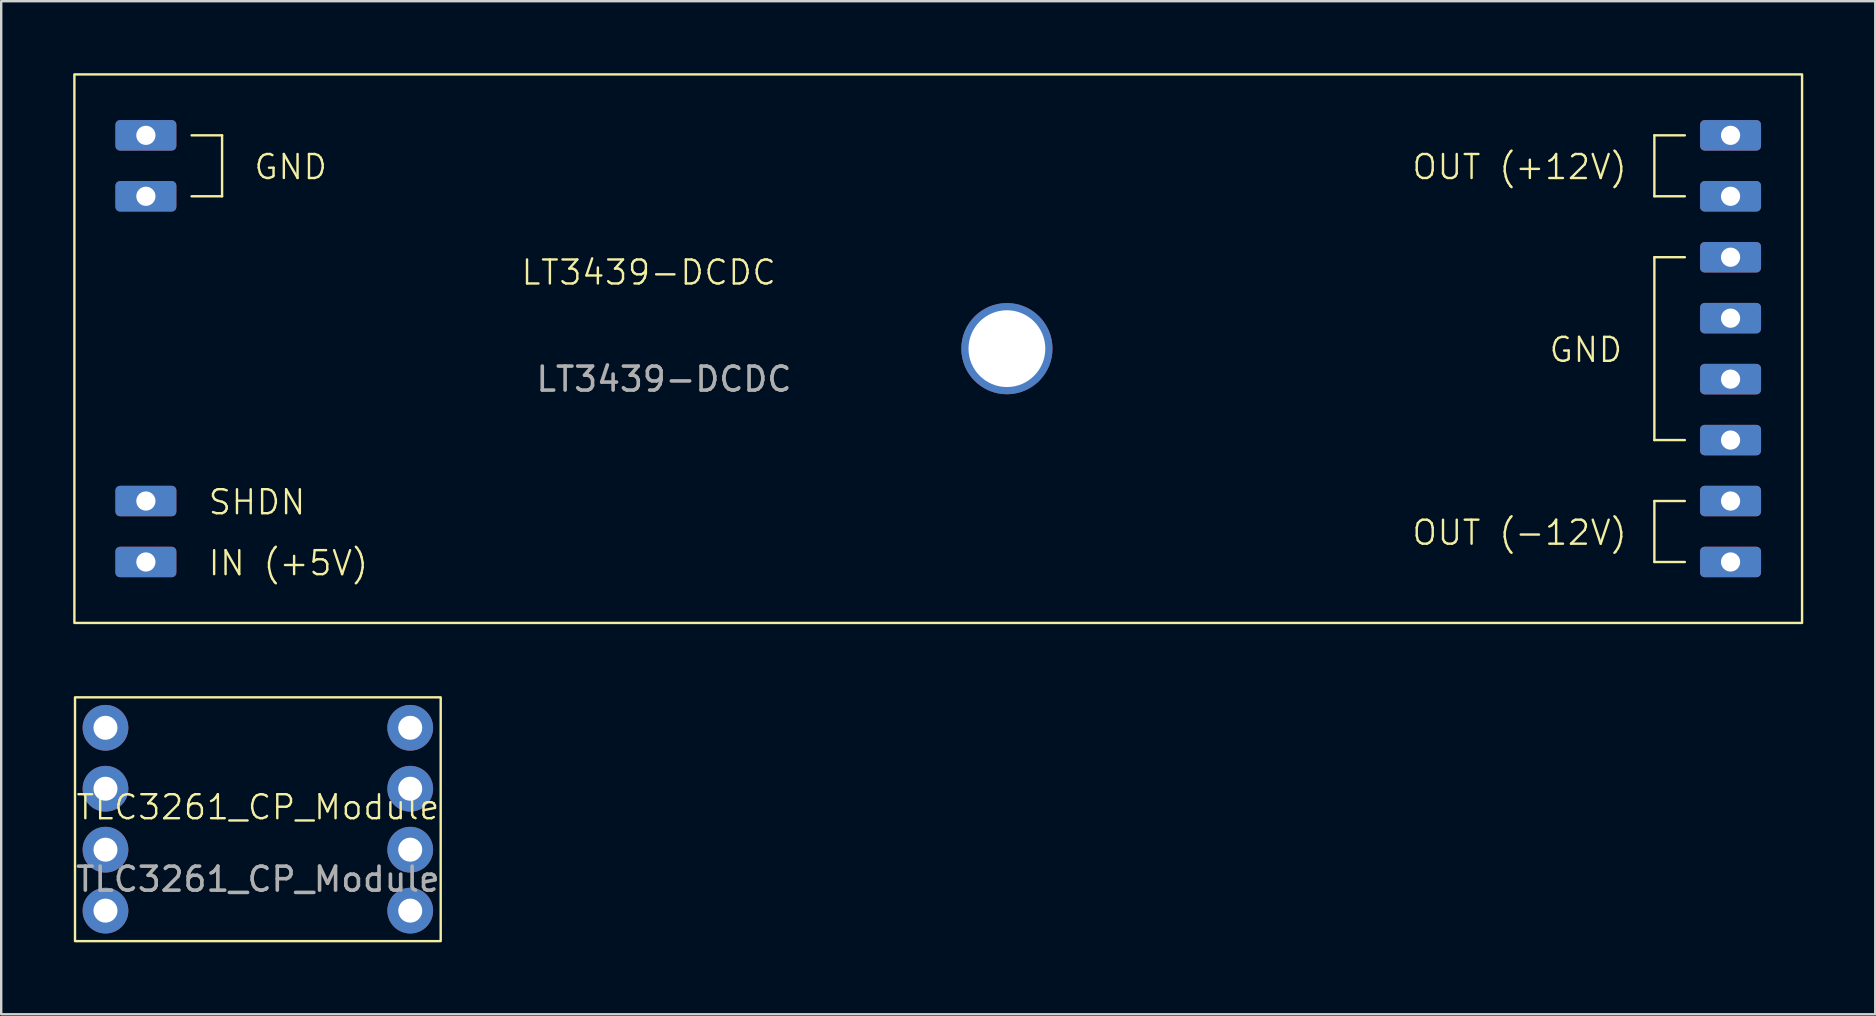
<source format=kicad_pcb>
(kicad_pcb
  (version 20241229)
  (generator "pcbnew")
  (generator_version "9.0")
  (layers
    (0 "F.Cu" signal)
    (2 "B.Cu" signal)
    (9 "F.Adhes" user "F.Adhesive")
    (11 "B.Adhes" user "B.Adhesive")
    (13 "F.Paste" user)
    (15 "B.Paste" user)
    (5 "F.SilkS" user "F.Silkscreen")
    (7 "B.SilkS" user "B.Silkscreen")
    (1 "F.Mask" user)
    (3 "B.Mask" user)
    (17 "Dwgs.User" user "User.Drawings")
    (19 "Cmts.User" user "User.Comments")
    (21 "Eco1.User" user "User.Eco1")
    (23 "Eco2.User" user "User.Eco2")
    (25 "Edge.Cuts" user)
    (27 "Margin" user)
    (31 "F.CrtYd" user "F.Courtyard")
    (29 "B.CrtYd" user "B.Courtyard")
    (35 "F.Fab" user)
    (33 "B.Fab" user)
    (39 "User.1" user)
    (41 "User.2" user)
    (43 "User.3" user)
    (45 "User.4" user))
  (footprint "TLC3261_CP_Module"
    (layer "F.Cu")
    (at 7.696 31.09)
    (property "Reference" "TLC3261_CP_Module" (at 0 -0.5 0) (unlocked yes) (layer "F.SilkS") (effects (font (size 1 1) (thickness 0.1))))
    (attr smd)
    (fp_rect (start -7.62 -5.08) (end 7.62 5.08) (stroke (width 0.1) (type solid)) (fill no) (layer "F.SilkS"))
    (fp_text user "${REFERENCE}" (at 0 2.5 0) (unlocked yes) (layer "F.Fab") (effects (font (size 1 1) (thickness 0.15))))
    (pad "1" thru_hole circle (at -6.35 -3.81) (size 1.905 1.905) (drill 1) (layers "*.Cu" "*.Mask"))
    (pad "2" thru_hole circle (at -6.35 -1.27) (size 1.905 1.905) (drill 1) (layers "*.Cu" "*.Mask"))
    (pad "3" thru_hole circle (at -6.35 1.27) (size 1.905 1.905) (drill 1) (layers "*.Cu" "*.Mask"))
    (pad "4" thru_hole circle (at -6.35 3.81) (size 1.905 1.905) (drill 1) (layers "*.Cu" "*.Mask"))
    (pad "5" thru_hole circle (at 6.35 3.81) (size 1.905 1.905) (drill 1) (layers "*.Cu" "*.Mask"))
    (pad "6" thru_hole circle (at 6.35 1.27) (size 1.905 1.905) (drill 1) (layers "*.Cu" "*.Mask"))
    (pad "7" thru_hole circle (at 6.35 -1.27) (size 1.905 1.905) (drill 1) (layers "*.Cu" "*.Mask"))
    (pad "8" thru_hole circle (at 6.35 -3.81) (size 1.905 1.905) (drill 1) (layers "*.Cu" "*.Mask")))
  (footprint "LT3439-DCDC"
    (layer "F.Cu")
    (at 36.05 11.48)
    (property "Reference" "LT3439-DCDC" (at -12.065 -3.175 0) (unlocked yes) (layer "F.SilkS") (effects (font (size 1 1) (thickness 0.1))))
    (attr through_hole)
    (fp_line (start -31.115 -8.89) (end -29.845 -8.89) (stroke (width 0.1) (type default)) (layer "F.SilkS"))
    (fp_line (start -29.845 -8.89) (end -29.845 -6.35) (stroke (width 0.1) (type default)) (layer "F.SilkS"))
    (fp_line (start -29.845 -6.35) (end -31.115 -6.35) (stroke (width 0.1) (type default)) (layer "F.SilkS"))
    (fp_line (start 29.845 -8.89) (end 29.845 -6.35) (stroke (width 0.1) (type default)) (layer "F.SilkS"))
    (fp_line (start 29.845 -6.35) (end 31.115 -6.35) (stroke (width 0.1) (type default)) (layer "F.SilkS"))
    (fp_line (start 29.845 -3.81) (end 29.845 3.81) (stroke (width 0.1) (type default)) (layer "F.SilkS"))
    (fp_line (start 29.845 3.81) (end 31.115 3.81) (stroke (width 0.1) (type default)) (layer "F.SilkS"))
    (fp_line (start 29.845 6.35) (end 29.845 8.89) (stroke (width 0.1) (type default)) (layer "F.SilkS"))
    (fp_line (start 29.845 8.89) (end 31.115 8.89) (stroke (width 0.1) (type default)) (layer "F.SilkS"))
    (fp_line (start 31.115 -8.89) (end 29.845 -8.89) (stroke (width 0.1) (type default)) (layer "F.SilkS"))
    (fp_line (start 31.115 -3.81) (end 29.845 -3.81) (stroke (width 0.1) (type default)) (layer "F.SilkS"))
    (fp_line (start 31.115 6.35) (end 29.845 6.35) (stroke (width 0.1) (type default)) (layer "F.SilkS"))
    (fp_rect (start -36 -11.43) (end 36 11.43) (stroke (width 0.1) (type solid)) (fill no) (layer "F.SilkS"))
    (fp_text user "GND" (at -28.575 -6.985 0) (unlocked yes) (layer "F.SilkS") (effects (font (size 1 1) (thickness 0.1)) (justify left bottom)))
    (fp_text user "GND" (at 25.4 0.635 0) (unlocked yes) (layer "F.SilkS") (effects (font (size 1 1) (thickness 0.1)) (justify left bottom)))
    (fp_text user "SHDN" (at -30.48 6.985 0) (unlocked yes) (layer "F.SilkS") (effects (font (size 1 1) (thickness 0.1)) (justify left bottom)))
    (fp_text user "IN (+5V)" (at -30.48 9.525 0) (unlocked yes) (layer "F.SilkS") (effects (font (size 1 1) (thickness 0.1)) (justify left bottom)))
    (fp_text user "OUT (+12V)" (at 19.685 -6.985 0) (unlocked yes) (layer "F.SilkS") (effects (font (size 1 1) (thickness 0.1)) (justify left bottom)))
    (fp_text user "OUT (-12V)" (at 19.685 8.255 0) (unlocked yes) (layer "F.SilkS") (effects (font (size 1 1) (thickness 0.1)) (justify left bottom)))
    (fp_text user "${REFERENCE}" (at -11.43 1.27 0) (unlocked yes) (layer "F.Fab") (effects (font (size 1 1) (thickness 0.15))))
    (pad "" np_thru_hole circle (at 2.862 0) (size 3.8 3.8) (drill 3.2) (layers "*.Cu" "*.Mask"))
    (pad "1" thru_hole roundrect (at -33.02 8.89) (size 2.54 1.27) (drill 0.8) (layers "*.Cu" "*.Mask") (roundrect_rratio 0.15))
    (pad "2" thru_hole roundrect (at -33.02 -8.89) (size 2.54 1.27) (drill 0.8) (layers "*.Cu" "*.Mask") (roundrect_rratio 0.15))
    (pad "2" thru_hole roundrect (at -33.02 -6.35) (size 2.54 1.27) (drill 0.8) (layers "*.Cu" "*.Mask") (roundrect_rratio 0.15))
    (pad "3" thru_hole roundrect (at -33.02 6.35) (size 2.54 1.27) (drill 0.8) (layers "*.Cu" "*.Mask") (roundrect_rratio 0.15))
    (pad "4" thru_hole roundrect (at 33.02 -8.89) (size 2.54 1.27) (drill 0.8) (layers "*.Cu" "*.Mask") (roundrect_rratio 0.15))
    (pad "4" thru_hole roundrect (at 33.02 -6.35) (size 2.54 1.27) (drill 0.8) (layers "*.Cu" "*.Mask") (roundrect_rratio 0.15))
    (pad "5" thru_hole roundrect (at 33.02 -3.81) (size 2.54 1.27) (drill 0.8) (layers "*.Cu" "*.Mask") (roundrect_rratio 0.15))
    (pad "5" thru_hole roundrect (at 33.02 -1.27) (size 2.54 1.27) (drill 0.8) (layers "*.Cu" "*.Mask") (roundrect_rratio 0.15))
    (pad "5" thru_hole roundrect (at 33.02 1.27) (size 2.54 1.27) (drill 0.8) (layers "*.Cu" "*.Mask") (roundrect_rratio 0.15))
    (pad "5" thru_hole roundrect (at 33.02 3.81) (size 2.54 1.27) (drill 0.8) (layers "*.Cu" "*.Mask") (roundrect_rratio 0.15))
    (pad "6" thru_hole roundrect (at 33.02 6.35) (size 2.54 1.27) (drill 0.8) (layers "*.Cu" "*.Mask") (roundrect_rratio 0.15))
    (pad "6" thru_hole roundrect (at 33.02 8.89) (size 2.54 1.27) (drill 0.8) (layers "*.Cu" "*.Mask") (roundrect_rratio 0.15)))
  (gr_rect
    (start -3 -3)
    (end 75.1 39.22)
    (stroke (width 0.1) (type default))
    (fill no)
    (layer "Edge.Cuts")))
</source>
